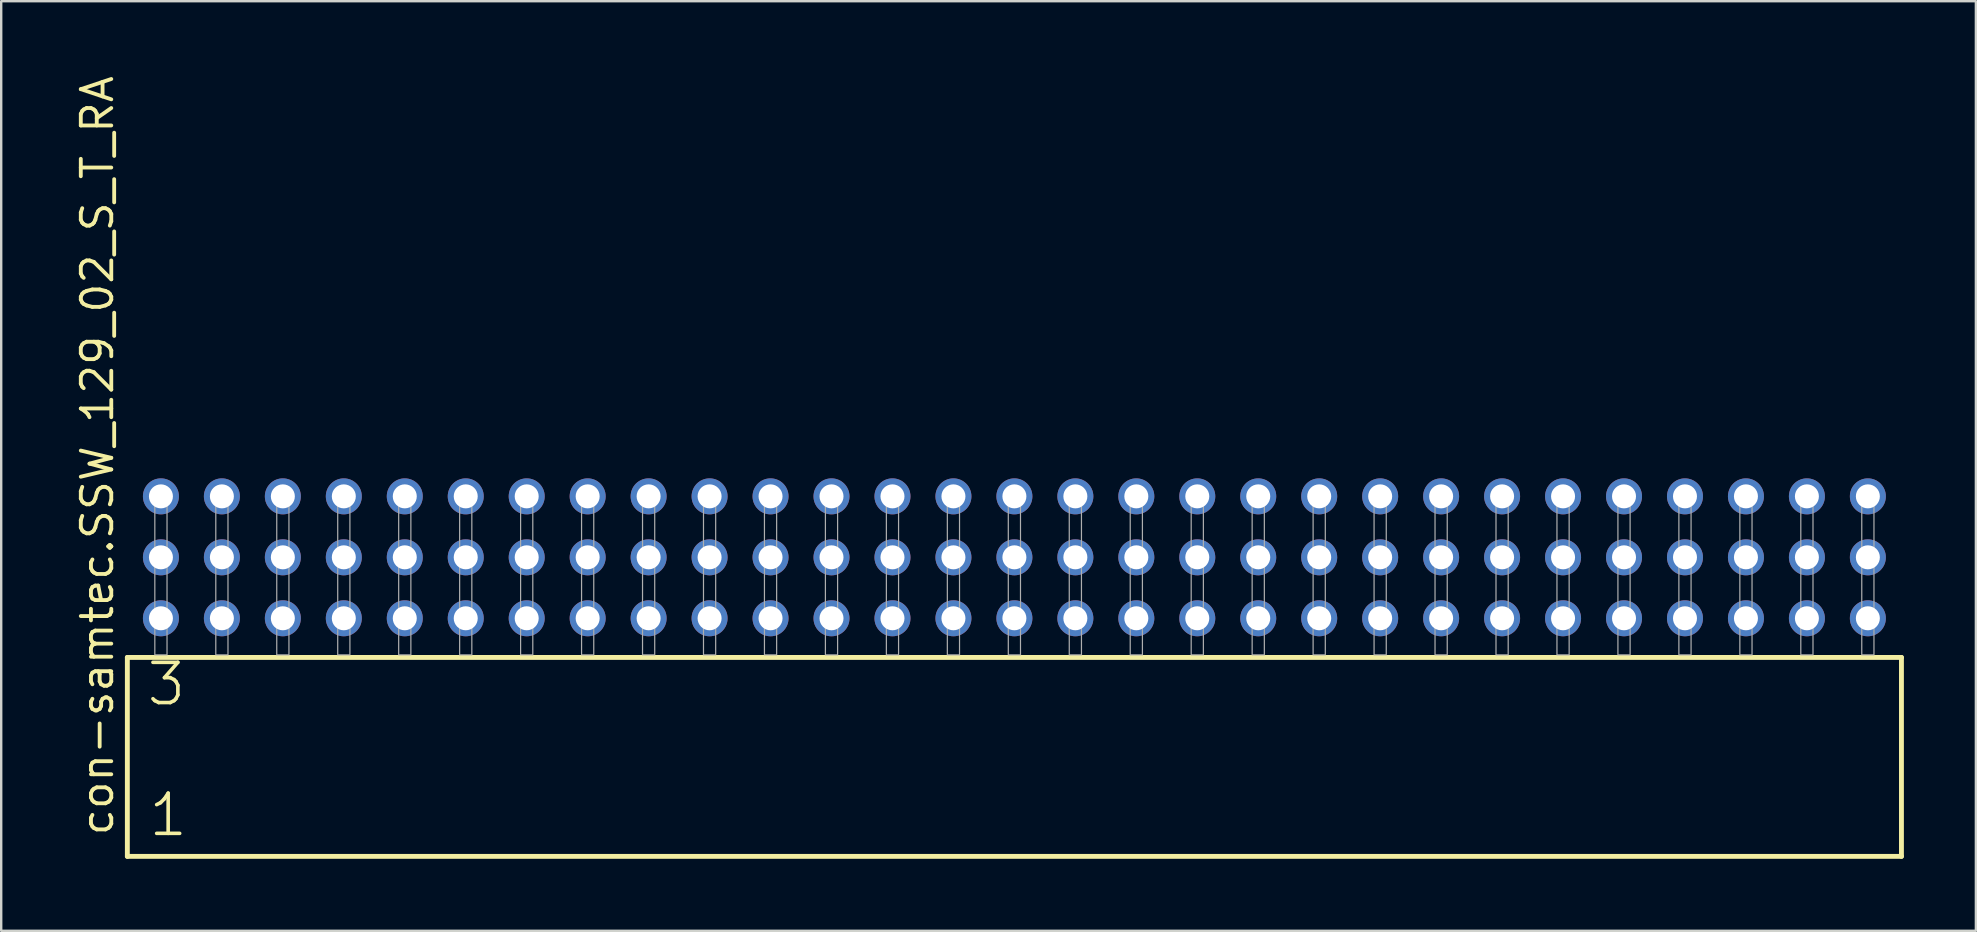
<source format=kicad_pcb>
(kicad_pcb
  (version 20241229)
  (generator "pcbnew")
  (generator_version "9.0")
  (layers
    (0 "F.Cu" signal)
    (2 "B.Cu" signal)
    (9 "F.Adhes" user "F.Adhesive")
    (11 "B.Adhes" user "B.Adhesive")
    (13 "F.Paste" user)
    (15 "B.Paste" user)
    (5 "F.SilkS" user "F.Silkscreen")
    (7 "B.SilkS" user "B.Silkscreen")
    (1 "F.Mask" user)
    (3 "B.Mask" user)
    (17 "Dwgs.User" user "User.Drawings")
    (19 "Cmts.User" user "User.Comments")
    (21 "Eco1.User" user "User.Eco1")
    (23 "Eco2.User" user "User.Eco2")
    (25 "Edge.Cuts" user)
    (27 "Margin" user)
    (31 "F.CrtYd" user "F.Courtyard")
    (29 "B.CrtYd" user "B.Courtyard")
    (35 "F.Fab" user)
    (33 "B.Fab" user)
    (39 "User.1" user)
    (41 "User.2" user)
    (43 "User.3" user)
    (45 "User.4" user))
  (footprint "con-samtec.SSW_129_02_S_T_RA"
    (layer "F.Cu")
    (at 39.215 24.235)
    (property "Reference" "con-samtec.SSW_129_02_S_T_RA" (at -37.465 7.62 90) (layer "F.SilkS") (effects (font (size 1.27 1.27) (thickness 0.16)) (justify left bottom)))
    (attr through_hole)
    (fp_line (start -36.959 0.106) (end -36.959 8.396) (stroke (width 0.203) (type default)) (layer "F.SilkS"))
    (fp_line (start -36.959 8.396) (end 36.959 8.396) (stroke (width 0.203) (type default)) (layer "F.SilkS"))
    (fp_line (start 36.959 0.106) (end -36.959 0.106) (stroke (width 0.203) (type default)) (layer "F.SilkS"))
    (fp_line (start 36.959 8.396) (end 36.959 0.106) (stroke (width 0.203) (type default)) (layer "F.SilkS"))
    (fp_rect (start -35.814 0) (end -35.306 -6.858) (stroke (width 0.05) (type default)) (fill no) (layer "F.Fab"))
    (fp_rect (start -33.274 0) (end -32.766 -6.858) (stroke (width 0.05) (type default)) (fill no) (layer "F.Fab"))
    (fp_rect (start -30.734 0) (end -30.226 -6.858) (stroke (width 0.05) (type default)) (fill no) (layer "F.Fab"))
    (fp_rect (start -28.194 0) (end -27.686 -6.858) (stroke (width 0.05) (type default)) (fill no) (layer "F.Fab"))
    (fp_rect (start -25.654 0) (end -25.146 -6.858) (stroke (width 0.05) (type default)) (fill no) (layer "F.Fab"))
    (fp_rect (start -23.114 0) (end -22.606 -6.858) (stroke (width 0.05) (type default)) (fill no) (layer "F.Fab"))
    (fp_rect (start -20.574 0) (end -20.066 -6.858) (stroke (width 0.05) (type default)) (fill no) (layer "F.Fab"))
    (fp_rect (start -18.034 0) (end -17.526 -6.858) (stroke (width 0.05) (type default)) (fill no) (layer "F.Fab"))
    (fp_rect (start -15.494 0) (end -14.986 -6.858) (stroke (width 0.05) (type default)) (fill no) (layer "F.Fab"))
    (fp_rect (start -12.954 0) (end -12.446 -6.858) (stroke (width 0.05) (type default)) (fill no) (layer "F.Fab"))
    (fp_rect (start -10.414 0) (end -9.906 -6.858) (stroke (width 0.05) (type default)) (fill no) (layer "F.Fab"))
    (fp_rect (start -7.874 0) (end -7.366 -6.858) (stroke (width 0.05) (type default)) (fill no) (layer "F.Fab"))
    (fp_rect (start -5.334 0) (end -4.826 -6.858) (stroke (width 0.05) (type default)) (fill no) (layer "F.Fab"))
    (fp_rect (start -2.794 0) (end -2.286 -6.858) (stroke (width 0.05) (type default)) (fill no) (layer "F.Fab"))
    (fp_rect (start -0.254 0) (end 0.254 -6.858) (stroke (width 0.05) (type default)) (fill no) (layer "F.Fab"))
    (fp_rect (start 2.286 0) (end 2.794 -6.858) (stroke (width 0.05) (type default)) (fill no) (layer "F.Fab"))
    (fp_rect (start 4.826 0) (end 5.334 -6.858) (stroke (width 0.05) (type default)) (fill no) (layer "F.Fab"))
    (fp_rect (start 7.366 0) (end 7.874 -6.858) (stroke (width 0.05) (type default)) (fill no) (layer "F.Fab"))
    (fp_rect (start 9.906 0) (end 10.414 -6.858) (stroke (width 0.05) (type default)) (fill no) (layer "F.Fab"))
    (fp_rect (start 12.446 0) (end 12.954 -6.858) (stroke (width 0.05) (type default)) (fill no) (layer "F.Fab"))
    (fp_rect (start 14.986 0) (end 15.494 -6.858) (stroke (width 0.05) (type default)) (fill no) (layer "F.Fab"))
    (fp_rect (start 17.526 0) (end 18.034 -6.858) (stroke (width 0.05) (type default)) (fill no) (layer "F.Fab"))
    (fp_rect (start 20.066 0) (end 20.574 -6.858) (stroke (width 0.05) (type default)) (fill no) (layer "F.Fab"))
    (fp_rect (start 22.606 0) (end 23.114 -6.858) (stroke (width 0.05) (type default)) (fill no) (layer "F.Fab"))
    (fp_rect (start 25.146 0) (end 25.654 -6.858) (stroke (width 0.05) (type default)) (fill no) (layer "F.Fab"))
    (fp_rect (start 27.686 0) (end 28.194 -6.858) (stroke (width 0.05) (type default)) (fill no) (layer "F.Fab"))
    (fp_rect (start 30.226 0) (end 30.734 -6.858) (stroke (width 0.05) (type default)) (fill no) (layer "F.Fab"))
    (fp_rect (start 32.766 0) (end 33.274 -6.858) (stroke (width 0.05) (type default)) (fill no) (layer "F.Fab"))
    (fp_rect (start 35.306 0) (end 35.814 -6.858) (stroke (width 0.05) (type default)) (fill no) (layer "F.Fab"))
    (fp_text user "1" (at -36.155 7.65 0) (layer "F.SilkS") (effects (font (size 1.676 1.676) (thickness 0.15)) (justify left bottom)))
    (fp_text user "3" (at -36.23 2.2 0) (layer "F.SilkS") (effects (font (size 1.676 1.676) (thickness 0.15)) (justify left bottom)))
    (pad "1" thru_hole circle (at -35.56 -1.524) (size 1.5 1.5) (drill 1) (layers "*.Cu" "*.Mask"))
    (pad "2" thru_hole circle (at -35.56 -4.064) (size 1.5 1.5) (drill 1) (layers "*.Cu" "*.Mask"))
    (pad "3" thru_hole circle (at -35.56 -6.604) (size 1.5 1.5) (drill 1) (layers "*.Cu" "*.Mask"))
    (pad "4" thru_hole circle (at -33.02 -1.524) (size 1.5 1.5) (drill 1) (layers "*.Cu" "*.Mask"))
    (pad "5" thru_hole circle (at -33.02 -4.064) (size 1.5 1.5) (drill 1) (layers "*.Cu" "*.Mask"))
    (pad "6" thru_hole circle (at -33.02 -6.604) (size 1.5 1.5) (drill 1) (layers "*.Cu" "*.Mask"))
    (pad "7" thru_hole circle (at -30.48 -1.524) (size 1.5 1.5) (drill 1) (layers "*.Cu" "*.Mask"))
    (pad "8" thru_hole circle (at -30.48 -4.064) (size 1.5 1.5) (drill 1) (layers "*.Cu" "*.Mask"))
    (pad "9" thru_hole circle (at -30.48 -6.604) (size 1.5 1.5) (drill 1) (layers "*.Cu" "*.Mask"))
    (pad "10" thru_hole circle (at -27.94 -1.524) (size 1.5 1.5) (drill 1) (layers "*.Cu" "*.Mask"))
    (pad "11" thru_hole circle (at -27.94 -4.064) (size 1.5 1.5) (drill 1) (layers "*.Cu" "*.Mask"))
    (pad "12" thru_hole circle (at -27.94 -6.604) (size 1.5 1.5) (drill 1) (layers "*.Cu" "*.Mask"))
    (pad "13" thru_hole circle (at -25.4 -1.524) (size 1.5 1.5) (drill 1) (layers "*.Cu" "*.Mask"))
    (pad "14" thru_hole circle (at -25.4 -4.064) (size 1.5 1.5) (drill 1) (layers "*.Cu" "*.Mask"))
    (pad "15" thru_hole circle (at -25.4 -6.604) (size 1.5 1.5) (drill 1) (layers "*.Cu" "*.Mask"))
    (pad "16" thru_hole circle (at -22.86 -1.524) (size 1.5 1.5) (drill 1) (layers "*.Cu" "*.Mask"))
    (pad "17" thru_hole circle (at -22.86 -4.064) (size 1.5 1.5) (drill 1) (layers "*.Cu" "*.Mask"))
    (pad "18" thru_hole circle (at -22.86 -6.604) (size 1.5 1.5) (drill 1) (layers "*.Cu" "*.Mask"))
    (pad "19" thru_hole circle (at -20.32 -1.524) (size 1.5 1.5) (drill 1) (layers "*.Cu" "*.Mask"))
    (pad "20" thru_hole circle (at -20.32 -4.064) (size 1.5 1.5) (drill 1) (layers "*.Cu" "*.Mask"))
    (pad "21" thru_hole circle (at -20.32 -6.604) (size 1.5 1.5) (drill 1) (layers "*.Cu" "*.Mask"))
    (pad "22" thru_hole circle (at -17.78 -1.524) (size 1.5 1.5) (drill 1) (layers "*.Cu" "*.Mask"))
    (pad "23" thru_hole circle (at -17.78 -4.064) (size 1.5 1.5) (drill 1) (layers "*.Cu" "*.Mask"))
    (pad "24" thru_hole circle (at -17.78 -6.604) (size 1.5 1.5) (drill 1) (layers "*.Cu" "*.Mask"))
    (pad "25" thru_hole circle (at -15.24 -1.524) (size 1.5 1.5) (drill 1) (layers "*.Cu" "*.Mask"))
    (pad "26" thru_hole circle (at -15.24 -4.064) (size 1.5 1.5) (drill 1) (layers "*.Cu" "*.Mask"))
    (pad "27" thru_hole circle (at -15.24 -6.604) (size 1.5 1.5) (drill 1) (layers "*.Cu" "*.Mask"))
    (pad "28" thru_hole circle (at -12.7 -1.524) (size 1.5 1.5) (drill 1) (layers "*.Cu" "*.Mask"))
    (pad "29" thru_hole circle (at -12.7 -4.064) (size 1.5 1.5) (drill 1) (layers "*.Cu" "*.Mask"))
    (pad "30" thru_hole circle (at -12.7 -6.604) (size 1.5 1.5) (drill 1) (layers "*.Cu" "*.Mask"))
    (pad "31" thru_hole circle (at -10.16 -1.524) (size 1.5 1.5) (drill 1) (layers "*.Cu" "*.Mask"))
    (pad "32" thru_hole circle (at -10.16 -4.064) (size 1.5 1.5) (drill 1) (layers "*.Cu" "*.Mask"))
    (pad "33" thru_hole circle (at -10.16 -6.604) (size 1.5 1.5) (drill 1) (layers "*.Cu" "*.Mask"))
    (pad "34" thru_hole circle (at -7.62 -1.524) (size 1.5 1.5) (drill 1) (layers "*.Cu" "*.Mask"))
    (pad "35" thru_hole circle (at -7.62 -4.064) (size 1.5 1.5) (drill 1) (layers "*.Cu" "*.Mask"))
    (pad "36" thru_hole circle (at -7.62 -6.604) (size 1.5 1.5) (drill 1) (layers "*.Cu" "*.Mask"))
    (pad "37" thru_hole circle (at -5.08 -1.524) (size 1.5 1.5) (drill 1) (layers "*.Cu" "*.Mask"))
    (pad "38" thru_hole circle (at -5.08 -4.064) (size 1.5 1.5) (drill 1) (layers "*.Cu" "*.Mask"))
    (pad "39" thru_hole circle (at -5.08 -6.604) (size 1.5 1.5) (drill 1) (layers "*.Cu" "*.Mask"))
    (pad "40" thru_hole circle (at -2.54 -1.524) (size 1.5 1.5) (drill 1) (layers "*.Cu" "*.Mask"))
    (pad "41" thru_hole circle (at -2.54 -4.064) (size 1.5 1.5) (drill 1) (layers "*.Cu" "*.Mask"))
    (pad "42" thru_hole circle (at -2.54 -6.604) (size 1.5 1.5) (drill 1) (layers "*.Cu" "*.Mask"))
    (pad "43" thru_hole circle (at 0 -1.524) (size 1.5 1.5) (drill 1) (layers "*.Cu" "*.Mask"))
    (pad "44" thru_hole circle (at 0 -4.064) (size 1.5 1.5) (drill 1) (layers "*.Cu" "*.Mask"))
    (pad "45" thru_hole circle (at 0 -6.604) (size 1.5 1.5) (drill 1) (layers "*.Cu" "*.Mask"))
    (pad "46" thru_hole circle (at 2.54 -1.524) (size 1.5 1.5) (drill 1) (layers "*.Cu" "*.Mask"))
    (pad "47" thru_hole circle (at 2.54 -4.064) (size 1.5 1.5) (drill 1) (layers "*.Cu" "*.Mask"))
    (pad "48" thru_hole circle (at 2.54 -6.604) (size 1.5 1.5) (drill 1) (layers "*.Cu" "*.Mask"))
    (pad "49" thru_hole circle (at 5.08 -1.524) (size 1.5 1.5) (drill 1) (layers "*.Cu" "*.Mask"))
    (pad "50" thru_hole circle (at 5.08 -4.064) (size 1.5 1.5) (drill 1) (layers "*.Cu" "*.Mask"))
    (pad "51" thru_hole circle (at 5.08 -6.604) (size 1.5 1.5) (drill 1) (layers "*.Cu" "*.Mask"))
    (pad "52" thru_hole circle (at 7.62 -1.524) (size 1.5 1.5) (drill 1) (layers "*.Cu" "*.Mask"))
    (pad "53" thru_hole circle (at 7.62 -4.064) (size 1.5 1.5) (drill 1) (layers "*.Cu" "*.Mask"))
    (pad "54" thru_hole circle (at 7.62 -6.604) (size 1.5 1.5) (drill 1) (layers "*.Cu" "*.Mask"))
    (pad "55" thru_hole circle (at 10.16 -1.524) (size 1.5 1.5) (drill 1) (layers "*.Cu" "*.Mask"))
    (pad "56" thru_hole circle (at 10.16 -4.064) (size 1.5 1.5) (drill 1) (layers "*.Cu" "*.Mask"))
    (pad "57" thru_hole circle (at 10.16 -6.604) (size 1.5 1.5) (drill 1) (layers "*.Cu" "*.Mask"))
    (pad "58" thru_hole circle (at 12.7 -1.524) (size 1.5 1.5) (drill 1) (layers "*.Cu" "*.Mask"))
    (pad "59" thru_hole circle (at 12.7 -4.064) (size 1.5 1.5) (drill 1) (layers "*.Cu" "*.Mask"))
    (pad "60" thru_hole circle (at 12.7 -6.604) (size 1.5 1.5) (drill 1) (layers "*.Cu" "*.Mask"))
    (pad "61" thru_hole circle (at 15.24 -1.524) (size 1.5 1.5) (drill 1) (layers "*.Cu" "*.Mask"))
    (pad "62" thru_hole circle (at 15.24 -4.064) (size 1.5 1.5) (drill 1) (layers "*.Cu" "*.Mask"))
    (pad "63" thru_hole circle (at 15.24 -6.604) (size 1.5 1.5) (drill 1) (layers "*.Cu" "*.Mask"))
    (pad "64" thru_hole circle (at 17.78 -1.524) (size 1.5 1.5) (drill 1) (layers "*.Cu" "*.Mask"))
    (pad "65" thru_hole circle (at 17.78 -4.064) (size 1.5 1.5) (drill 1) (layers "*.Cu" "*.Mask"))
    (pad "66" thru_hole circle (at 17.78 -6.604) (size 1.5 1.5) (drill 1) (layers "*.Cu" "*.Mask"))
    (pad "67" thru_hole circle (at 20.32 -1.524) (size 1.5 1.5) (drill 1) (layers "*.Cu" "*.Mask"))
    (pad "68" thru_hole circle (at 20.32 -4.064) (size 1.5 1.5) (drill 1) (layers "*.Cu" "*.Mask"))
    (pad "69" thru_hole circle (at 20.32 -6.604) (size 1.5 1.5) (drill 1) (layers "*.Cu" "*.Mask"))
    (pad "70" thru_hole circle (at 22.86 -1.524) (size 1.5 1.5) (drill 1) (layers "*.Cu" "*.Mask"))
    (pad "71" thru_hole circle (at 22.86 -4.064) (size 1.5 1.5) (drill 1) (layers "*.Cu" "*.Mask"))
    (pad "72" thru_hole circle (at 22.86 -6.604) (size 1.5 1.5) (drill 1) (layers "*.Cu" "*.Mask"))
    (pad "73" thru_hole circle (at 25.4 -1.524) (size 1.5 1.5) (drill 1) (layers "*.Cu" "*.Mask"))
    (pad "74" thru_hole circle (at 25.4 -4.064) (size 1.5 1.5) (drill 1) (layers "*.Cu" "*.Mask"))
    (pad "75" thru_hole circle (at 25.4 -6.604) (size 1.5 1.5) (drill 1) (layers "*.Cu" "*.Mask"))
    (pad "76" thru_hole circle (at 27.94 -1.524) (size 1.5 1.5) (drill 1) (layers "*.Cu" "*.Mask"))
    (pad "77" thru_hole circle (at 27.94 -4.064) (size 1.5 1.5) (drill 1) (layers "*.Cu" "*.Mask"))
    (pad "78" thru_hole circle (at 27.94 -6.604) (size 1.5 1.5) (drill 1) (layers "*.Cu" "*.Mask"))
    (pad "79" thru_hole circle (at 30.48 -1.524) (size 1.5 1.5) (drill 1) (layers "*.Cu" "*.Mask"))
    (pad "80" thru_hole circle (at 30.48 -4.064) (size 1.5 1.5) (drill 1) (layers "*.Cu" "*.Mask"))
    (pad "81" thru_hole circle (at 30.48 -6.604) (size 1.5 1.5) (drill 1) (layers "*.Cu" "*.Mask"))
    (pad "82" thru_hole circle (at 33.02 -1.524) (size 1.5 1.5) (drill 1) (layers "*.Cu" "*.Mask"))
    (pad "83" thru_hole circle (at 33.02 -4.064) (size 1.5 1.5) (drill 1) (layers "*.Cu" "*.Mask"))
    (pad "84" thru_hole circle (at 33.02 -6.604) (size 1.5 1.5) (drill 1) (layers "*.Cu" "*.Mask"))
    (pad "85" thru_hole circle (at 35.56 -1.524) (size 1.5 1.5) (drill 1) (layers "*.Cu" "*.Mask"))
    (pad "86" thru_hole circle (at 35.56 -4.064) (size 1.5 1.5) (drill 1) (layers "*.Cu" "*.Mask"))
    (pad "87" thru_hole circle (at 35.56 -6.604) (size 1.5 1.5) (drill 1) (layers "*.Cu" "*.Mask")))
  (gr_rect
    (start -3 -3)
    (end 79.276 35.733)
    (stroke (width 0.1) (type default))
    (fill no)
    (layer "Edge.Cuts")))
</source>
